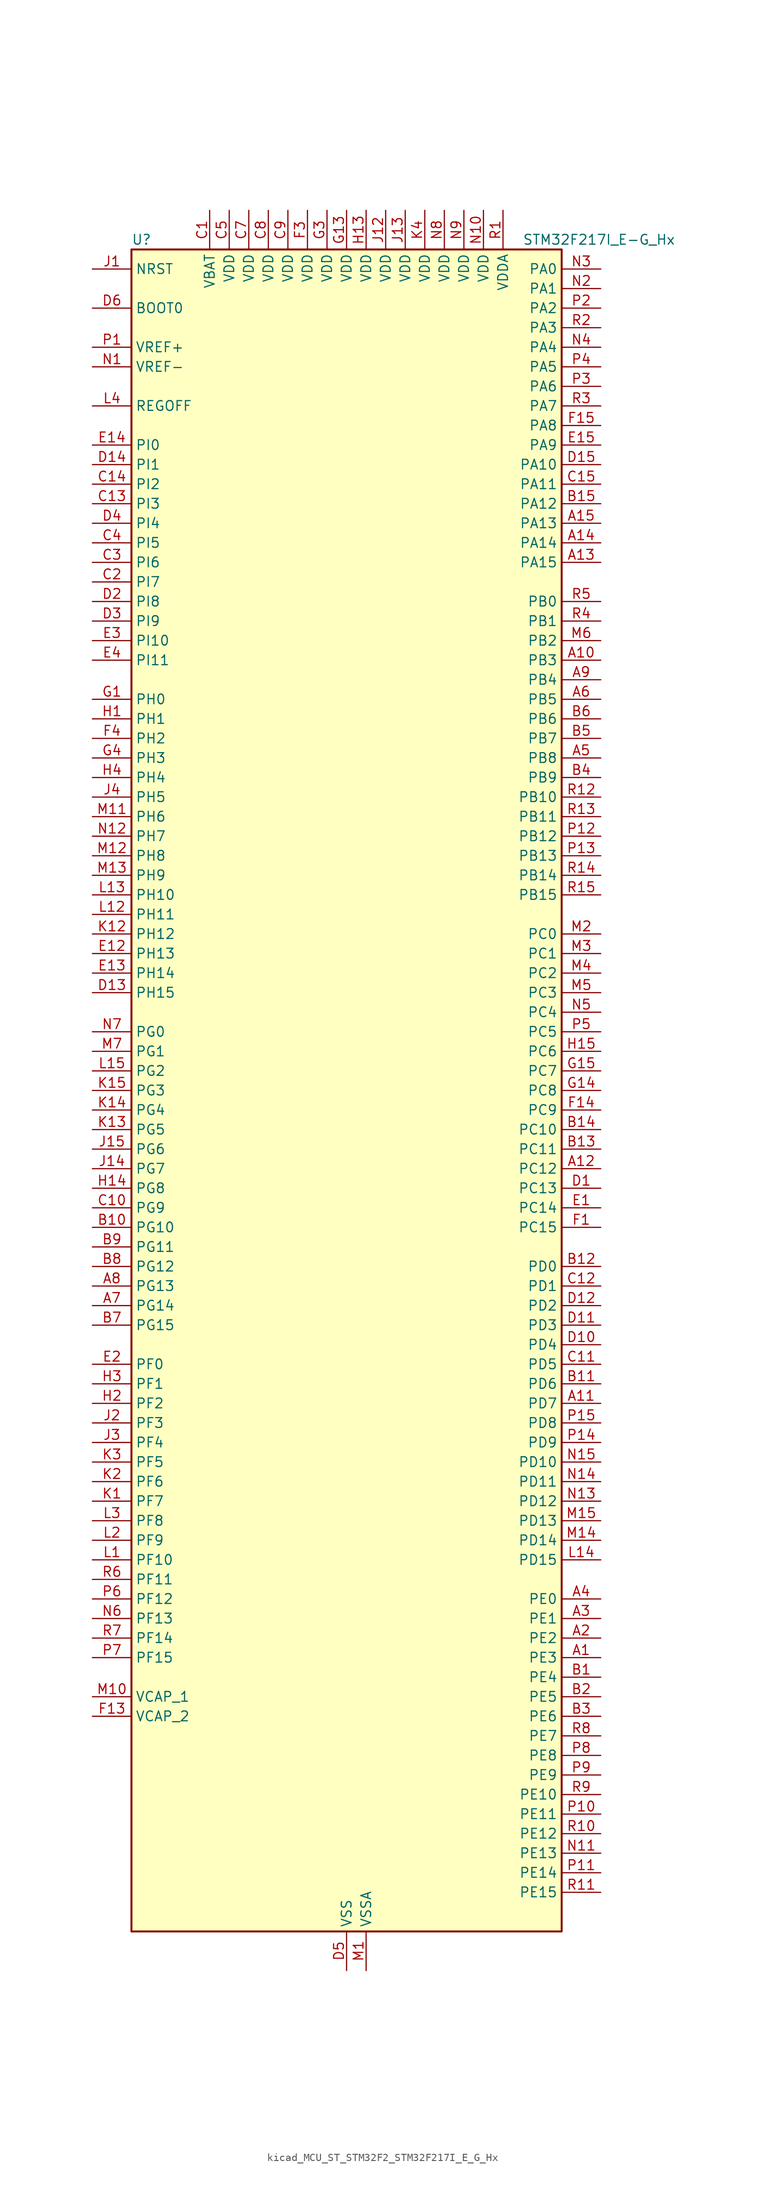
<source format=kicad_sym>
(kicad_symbol_lib
  (version 20220914)
  (generator kicad_symbol_editor)
  (symbol "kicad_MCU_ST_STM32F2_STM32F217I_E_G_Hx"
    (property "Reference" "U"
      (at -27.94 110.49 0)
      (effects (font (size 1.27 1.27)) (justify left)))
    (property "Value" "STM32F217I_E-G_Hx"
      (at 22.86 110.49 0)
      (effects (font (size 1.27 1.27)) (justify left)))
    (property "ki_locked" ""
      (at 0 0 0)
      (effects (font (size 1.27 1.27))))
    (symbol "kicad_MCU_ST_STM32F2_STM32F217I_E_G_Hx_0_1"
      (rectangle (start -27.94 -109.22) (end 27.94 109.22) (stroke (width 0.254) (type default)) (fill (type background))))
    (symbol "kicad_MCU_ST_STM32F2_STM32F217I_E_G_Hx_1_1"
      (pin bidirectional line (at 33.02 -73.66 180) (length 5.08) (name "PE3" (effects (font (size 1.27 1.27)))) (number "A1" (effects (font (size 1.27 1.27)))) (alternate "FSMC_A19" bidirectional line) (alternate "SYS_TRACED0" bidirectional line))
      (pin bidirectional line (at 33.02 55.88 180) (length 5.08) (name "PB3" (effects (font (size 1.27 1.27)))) (number "A10" (effects (font (size 1.27 1.27)))) (alternate "I2S3_SCK" bidirectional line) (alternate "SPI1_SCK" bidirectional line) (alternate "SPI3_SCK" bidirectional line) (alternate "SYS_JTDO-SWO" bidirectional line) (alternate "TIM2_CH2" bidirectional line))
      (pin bidirectional line (at 33.02 -40.64 180) (length 5.08) (name "PD7" (effects (font (size 1.27 1.27)))) (number "A11" (effects (font (size 1.27 1.27)))) (alternate "FSMC_NCE2" bidirectional line) (alternate "FSMC_NE1" bidirectional line) (alternate "USART2_CK" bidirectional line))
      (pin bidirectional line (at 33.02 -10.16 180) (length 5.08) (name "PC12" (effects (font (size 1.27 1.27)))) (number "A12" (effects (font (size 1.27 1.27)))) (alternate "DCMI_D9" bidirectional line) (alternate "I2S3_SD" bidirectional line) (alternate "SDIO_CK" bidirectional line) (alternate "SPI3_MOSI" bidirectional line) (alternate "UART5_TX" bidirectional line) (alternate "USART3_CK" bidirectional line))
      (pin bidirectional line (at 33.02 68.58 180) (length 5.08) (name "PA15" (effects (font (size 1.27 1.27)))) (number "A13" (effects (font (size 1.27 1.27)))) (alternate "ADC1_EXTI15" bidirectional line) (alternate "ADC2_EXTI15" bidirectional line) (alternate "ADC3_EXTI15" bidirectional line) (alternate "I2S3_WS" bidirectional line) (alternate "SPI1_NSS" bidirectional line) (alternate "SPI3_NSS" bidirectional line) (alternate "SYS_JTDI" bidirectional line) (alternate "TIM2_CH1" bidirectional line) (alternate "TIM2_ETR" bidirectional line))
      (pin bidirectional line (at 33.02 71.12 180) (length 5.08) (name "PA14" (effects (font (size 1.27 1.27)))) (number "A14" (effects (font (size 1.27 1.27)))) (alternate "SYS_JTCK-SWCLK" bidirectional line))
      (pin bidirectional line (at 33.02 73.66 180) (length 5.08) (name "PA13" (effects (font (size 1.27 1.27)))) (number "A15" (effects (font (size 1.27 1.27)))) (alternate "SYS_JTMS-SWDIO" bidirectional line))
      (pin bidirectional line (at 33.02 -71.12 180) (length 5.08) (name "PE2" (effects (font (size 1.27 1.27)))) (number "A2" (effects (font (size 1.27 1.27)))) (alternate "ETH_TXD3" bidirectional line) (alternate "FSMC_A23" bidirectional line) (alternate "SYS_TRACECLK" bidirectional line))
      (pin bidirectional line (at 33.02 -68.58 180) (length 5.08) (name "PE1" (effects (font (size 1.27 1.27)))) (number "A3" (effects (font (size 1.27 1.27)))) (alternate "DCMI_D3" bidirectional line) (alternate "FSMC_NBL1" bidirectional line))
      (pin bidirectional line (at 33.02 -66.04 180) (length 5.08) (name "PE0" (effects (font (size 1.27 1.27)))) (number "A4" (effects (font (size 1.27 1.27)))) (alternate "DCMI_D2" bidirectional line) (alternate "FSMC_NBL0" bidirectional line) (alternate "TIM4_ETR" bidirectional line))
      (pin bidirectional line (at 33.02 43.18 180) (length 5.08) (name "PB8" (effects (font (size 1.27 1.27)))) (number "A5" (effects (font (size 1.27 1.27)))) (alternate "CAN1_RX" bidirectional line) (alternate "DCMI_D6" bidirectional line) (alternate "ETH_TXD3" bidirectional line) (alternate "I2C1_SCL" bidirectional line) (alternate "SDIO_D4" bidirectional line) (alternate "TIM10_CH1" bidirectional line) (alternate "TIM4_CH3" bidirectional line))
      (pin bidirectional line (at 33.02 50.8 180) (length 5.08) (name "PB5" (effects (font (size 1.27 1.27)))) (number "A6" (effects (font (size 1.27 1.27)))) (alternate "CAN2_RX" bidirectional line) (alternate "DCMI_D10" bidirectional line) (alternate "ETH_PPS_OUT" bidirectional line) (alternate "I2C1_SMBA" bidirectional line) (alternate "I2S3_SD" bidirectional line) (alternate "SPI1_MOSI" bidirectional line) (alternate "SPI3_MOSI" bidirectional line) (alternate "TIM3_CH2" bidirectional line) (alternate "USB_OTG_HS_ULPI_D7" bidirectional line))
      (pin bidirectional line (at -33.02 -27.94 0) (length 5.08) (name "PG14" (effects (font (size 1.27 1.27)))) (number "A7" (effects (font (size 1.27 1.27)))) (alternate "ETH_TXD1" bidirectional line) (alternate "FSMC_A25" bidirectional line) (alternate "USART6_TX" bidirectional line))
      (pin bidirectional line (at -33.02 -25.4 0) (length 5.08) (name "PG13" (effects (font (size 1.27 1.27)))) (number "A8" (effects (font (size 1.27 1.27)))) (alternate "ETH_TXD0" bidirectional line) (alternate "FSMC_A24" bidirectional line) (alternate "USART6_CTS" bidirectional line))
      (pin bidirectional line (at 33.02 53.34 180) (length 5.08) (name "PB4" (effects (font (size 1.27 1.27)))) (number "A9" (effects (font (size 1.27 1.27)))) (alternate "SPI1_MISO" bidirectional line) (alternate "SPI3_MISO" bidirectional line) (alternate "SYS_JTRST" bidirectional line) (alternate "TIM3_CH1" bidirectional line))
      (pin bidirectional line (at 33.02 -76.2 180) (length 5.08) (name "PE4" (effects (font (size 1.27 1.27)))) (number "B1" (effects (font (size 1.27 1.27)))) (alternate "DCMI_D4" bidirectional line) (alternate "FSMC_A20" bidirectional line) (alternate "SYS_TRACED1" bidirectional line))
      (pin bidirectional line (at -33.02 -17.78 0) (length 5.08) (name "PG10" (effects (font (size 1.27 1.27)))) (number "B10" (effects (font (size 1.27 1.27)))) (alternate "FSMC_NCE4_1" bidirectional line) (alternate "FSMC_NE3" bidirectional line))
      (pin bidirectional line (at 33.02 -38.1 180) (length 5.08) (name "PD6" (effects (font (size 1.27 1.27)))) (number "B11" (effects (font (size 1.27 1.27)))) (alternate "FSMC_NWAIT" bidirectional line) (alternate "USART2_RX" bidirectional line))
      (pin bidirectional line (at 33.02 -22.86 180) (length 5.08) (name "PD0" (effects (font (size 1.27 1.27)))) (number "B12" (effects (font (size 1.27 1.27)))) (alternate "CAN1_RX" bidirectional line) (alternate "FSMC_D2" bidirectional line) (alternate "FSMC_DA2" bidirectional line))
      (pin bidirectional line (at 33.02 -7.62 180) (length 5.08) (name "PC11" (effects (font (size 1.27 1.27)))) (number "B13" (effects (font (size 1.27 1.27)))) (alternate "ADC1_EXTI11" bidirectional line) (alternate "ADC2_EXTI11" bidirectional line) (alternate "ADC3_EXTI11" bidirectional line) (alternate "DCMI_D4" bidirectional line) (alternate "SDIO_D3" bidirectional line) (alternate "SPI3_MISO" bidirectional line) (alternate "UART4_RX" bidirectional line) (alternate "USART3_RX" bidirectional line))
      (pin bidirectional line (at 33.02 -5.08 180) (length 5.08) (name "PC10" (effects (font (size 1.27 1.27)))) (number "B14" (effects (font (size 1.27 1.27)))) (alternate "DCMI_D8" bidirectional line) (alternate "I2S3_SCK" bidirectional line) (alternate "SDIO_D2" bidirectional line) (alternate "SPI3_SCK" bidirectional line) (alternate "UART4_TX" bidirectional line) (alternate "USART3_TX" bidirectional line))
      (pin bidirectional line (at 33.02 76.2 180) (length 5.08) (name "PA12" (effects (font (size 1.27 1.27)))) (number "B15" (effects (font (size 1.27 1.27)))) (alternate "CAN1_TX" bidirectional line) (alternate "TIM1_ETR" bidirectional line) (alternate "USART1_RTS" bidirectional line) (alternate "USB_OTG_FS_DP" bidirectional line))
      (pin bidirectional line (at 33.02 -78.74 180) (length 5.08) (name "PE5" (effects (font (size 1.27 1.27)))) (number "B2" (effects (font (size 1.27 1.27)))) (alternate "DCMI_D6" bidirectional line) (alternate "FSMC_A21" bidirectional line) (alternate "SYS_TRACED2" bidirectional line) (alternate "TIM9_CH1" bidirectional line))
      (pin bidirectional line (at 33.02 -81.28 180) (length 5.08) (name "PE6" (effects (font (size 1.27 1.27)))) (number "B3" (effects (font (size 1.27 1.27)))) (alternate "DCMI_D7" bidirectional line) (alternate "FSMC_A22" bidirectional line) (alternate "SYS_TRACED3" bidirectional line) (alternate "TIM9_CH2" bidirectional line))
      (pin bidirectional line (at 33.02 40.64 180) (length 5.08) (name "PB9" (effects (font (size 1.27 1.27)))) (number "B4" (effects (font (size 1.27 1.27)))) (alternate "CAN1_TX" bidirectional line) (alternate "DAC_EXTI9" bidirectional line) (alternate "DCMI_D7" bidirectional line) (alternate "I2C1_SDA" bidirectional line) (alternate "I2S2_WS" bidirectional line) (alternate "SDIO_D5" bidirectional line) (alternate "SPI2_NSS" bidirectional line) (alternate "TIM11_CH1" bidirectional line) (alternate "TIM4_CH4" bidirectional line))
      (pin bidirectional line (at 33.02 45.72 180) (length 5.08) (name "PB7" (effects (font (size 1.27 1.27)))) (number "B5" (effects (font (size 1.27 1.27)))) (alternate "DCMI_VSYNC" bidirectional line) (alternate "FSMC_NL" bidirectional line) (alternate "I2C1_SDA" bidirectional line) (alternate "TIM4_CH2" bidirectional line) (alternate "USART1_RX" bidirectional line))
      (pin bidirectional line (at 33.02 48.26 180) (length 5.08) (name "PB6" (effects (font (size 1.27 1.27)))) (number "B6" (effects (font (size 1.27 1.27)))) (alternate "CAN2_TX" bidirectional line) (alternate "DCMI_D5" bidirectional line) (alternate "I2C1_SCL" bidirectional line) (alternate "TIM4_CH1" bidirectional line) (alternate "USART1_TX" bidirectional line))
      (pin bidirectional line (at -33.02 -30.48 0) (length 5.08) (name "PG15" (effects (font (size 1.27 1.27)))) (number "B7" (effects (font (size 1.27 1.27)))) (alternate "ADC1_EXTI15" bidirectional line) (alternate "ADC2_EXTI15" bidirectional line) (alternate "ADC3_EXTI15" bidirectional line) (alternate "DCMI_D13" bidirectional line) (alternate "USART6_CTS" bidirectional line))
      (pin bidirectional line (at -33.02 -22.86 0) (length 5.08) (name "PG12" (effects (font (size 1.27 1.27)))) (number "B8" (effects (font (size 1.27 1.27)))) (alternate "FSMC_NE4" bidirectional line) (alternate "USART6_RTS" bidirectional line))
      (pin bidirectional line (at -33.02 -20.32 0) (length 5.08) (name "PG11" (effects (font (size 1.27 1.27)))) (number "B9" (effects (font (size 1.27 1.27)))) (alternate "ADC1_EXTI11" bidirectional line) (alternate "ADC2_EXTI11" bidirectional line) (alternate "ADC3_EXTI11" bidirectional line) (alternate "ETH_TX_EN" bidirectional line) (alternate "FSMC_NCE4_2" bidirectional line))
      (pin power_in line (at -17.78 114.3 270) (length 5.08) (name "VBAT" (effects (font (size 1.27 1.27)))) (number "C1" (effects (font (size 1.27 1.27)))))
      (pin bidirectional line (at -33.02 -15.24 0) (length 5.08) (name "PG9" (effects (font (size 1.27 1.27)))) (number "C10" (effects (font (size 1.27 1.27)))) (alternate "DAC_EXTI9" bidirectional line) (alternate "FSMC_NCE3" bidirectional line) (alternate "FSMC_NE2" bidirectional line) (alternate "USART6_RX" bidirectional line))
      (pin bidirectional line (at 33.02 -35.56 180) (length 5.08) (name "PD5" (effects (font (size 1.27 1.27)))) (number "C11" (effects (font (size 1.27 1.27)))) (alternate "FSMC_NWE" bidirectional line) (alternate "USART2_TX" bidirectional line))
      (pin bidirectional line (at 33.02 -25.4 180) (length 5.08) (name "PD1" (effects (font (size 1.27 1.27)))) (number "C12" (effects (font (size 1.27 1.27)))) (alternate "CAN1_TX" bidirectional line) (alternate "FSMC_D3" bidirectional line) (alternate "FSMC_DA3" bidirectional line))
      (pin bidirectional line (at -33.02 76.2 0) (length 5.08) (name "PI3" (effects (font (size 1.27 1.27)))) (number "C13" (effects (font (size 1.27 1.27)))) (alternate "DCMI_D10" bidirectional line) (alternate "I2S2_SD" bidirectional line) (alternate "SPI2_MOSI" bidirectional line) (alternate "TIM8_ETR" bidirectional line))
      (pin bidirectional line (at -33.02 78.74 0) (length 5.08) (name "PI2" (effects (font (size 1.27 1.27)))) (number "C14" (effects (font (size 1.27 1.27)))) (alternate "DCMI_D9" bidirectional line) (alternate "SPI2_MISO" bidirectional line) (alternate "TIM8_CH4" bidirectional line))
      (pin bidirectional line (at 33.02 78.74 180) (length 5.08) (name "PA11" (effects (font (size 1.27 1.27)))) (number "C15" (effects (font (size 1.27 1.27)))) (alternate "ADC1_EXTI11" bidirectional line) (alternate "ADC2_EXTI11" bidirectional line) (alternate "ADC3_EXTI11" bidirectional line) (alternate "CAN1_RX" bidirectional line) (alternate "TIM1_CH4" bidirectional line) (alternate "USART1_CTS" bidirectional line) (alternate "USB_OTG_FS_DM" bidirectional line))
      (pin bidirectional line (at -33.02 66.04 0) (length 5.08) (name "PI7" (effects (font (size 1.27 1.27)))) (number "C2" (effects (font (size 1.27 1.27)))) (alternate "DCMI_D7" bidirectional line) (alternate "TIM8_CH3" bidirectional line))
      (pin bidirectional line (at -33.02 68.58 0) (length 5.08) (name "PI6" (effects (font (size 1.27 1.27)))) (number "C3" (effects (font (size 1.27 1.27)))) (alternate "DCMI_D6" bidirectional line) (alternate "TIM8_CH2" bidirectional line))
      (pin bidirectional line (at -33.02 71.12 0) (length 5.08) (name "PI5" (effects (font (size 1.27 1.27)))) (number "C4" (effects (font (size 1.27 1.27)))) (alternate "DCMI_VSYNC" bidirectional line) (alternate "TIM8_CH1" bidirectional line))
      (pin power_in line (at -15.24 114.3 270) (length 5.08) (name "VDD" (effects (font (size 1.27 1.27)))) (number "C5" (effects (font (size 1.27 1.27)))))
      (pin no_connect line (at -27.94 -109.22 0) (length 5.08) hide (name "RFU" (effects (font (size 1.27 1.27)))) (number "C6" (effects (font (size 1.27 1.27)))))
      (pin power_in line (at -12.7 114.3 270) (length 5.08) (name "VDD" (effects (font (size 1.27 1.27)))) (number "C7" (effects (font (size 1.27 1.27)))))
      (pin power_in line (at -10.16 114.3 270) (length 5.08) (name "VDD" (effects (font (size 1.27 1.27)))) (number "C8" (effects (font (size 1.27 1.27)))))
      (pin power_in line (at -7.62 114.3 270) (length 5.08) (name "VDD" (effects (font (size 1.27 1.27)))) (number "C9" (effects (font (size 1.27 1.27)))))
      (pin bidirectional line (at 33.02 -12.7 180) (length 5.08) (name "PC13" (effects (font (size 1.27 1.27)))) (number "D1" (effects (font (size 1.27 1.27)))) (alternate "RTC_AF1" bidirectional line))
      (pin bidirectional line (at 33.02 -33.02 180) (length 5.08) (name "PD4" (effects (font (size 1.27 1.27)))) (number "D10" (effects (font (size 1.27 1.27)))) (alternate "FSMC_NOE" bidirectional line) (alternate "USART2_RTS" bidirectional line))
      (pin bidirectional line (at 33.02 -30.48 180) (length 5.08) (name "PD3" (effects (font (size 1.27 1.27)))) (number "D11" (effects (font (size 1.27 1.27)))) (alternate "FSMC_CLK" bidirectional line) (alternate "USART2_CTS" bidirectional line))
      (pin bidirectional line (at 33.02 -27.94 180) (length 5.08) (name "PD2" (effects (font (size 1.27 1.27)))) (number "D12" (effects (font (size 1.27 1.27)))) (alternate "DCMI_D11" bidirectional line) (alternate "SDIO_CMD" bidirectional line) (alternate "TIM3_ETR" bidirectional line) (alternate "UART5_RX" bidirectional line))
      (pin bidirectional line (at -33.02 12.7 0) (length 5.08) (name "PH15" (effects (font (size 1.27 1.27)))) (number "D13" (effects (font (size 1.27 1.27)))) (alternate "ADC1_EXTI15" bidirectional line) (alternate "ADC2_EXTI15" bidirectional line) (alternate "ADC3_EXTI15" bidirectional line) (alternate "DCMI_D11" bidirectional line) (alternate "TIM8_CH3N" bidirectional line))
      (pin bidirectional line (at -33.02 81.28 0) (length 5.08) (name "PI1" (effects (font (size 1.27 1.27)))) (number "D14" (effects (font (size 1.27 1.27)))) (alternate "DCMI_D8" bidirectional line) (alternate "I2S2_SCK" bidirectional line) (alternate "SPI2_SCK" bidirectional line))
      (pin bidirectional line (at 33.02 81.28 180) (length 5.08) (name "PA10" (effects (font (size 1.27 1.27)))) (number "D15" (effects (font (size 1.27 1.27)))) (alternate "DCMI_D1" bidirectional line) (alternate "TIM1_CH3" bidirectional line) (alternate "USART1_RX" bidirectional line) (alternate "USB_OTG_FS_ID" bidirectional line))
      (pin bidirectional line (at -33.02 63.5 0) (length 5.08) (name "PI8" (effects (font (size 1.27 1.27)))) (number "D2" (effects (font (size 1.27 1.27)))) (alternate "RTC_AF2" bidirectional line))
      (pin bidirectional line (at -33.02 60.96 0) (length 5.08) (name "PI9" (effects (font (size 1.27 1.27)))) (number "D3" (effects (font (size 1.27 1.27)))) (alternate "CAN1_RX" bidirectional line) (alternate "DAC_EXTI9" bidirectional line))
      (pin bidirectional line (at -33.02 73.66 0) (length 5.08) (name "PI4" (effects (font (size 1.27 1.27)))) (number "D4" (effects (font (size 1.27 1.27)))) (alternate "DCMI_D5" bidirectional line) (alternate "TIM8_BKIN" bidirectional line))
      (pin power_in line (at 0 -114.3 90) (length 5.08) (name "VSS" (effects (font (size 1.27 1.27)))) (number "D5" (effects (font (size 1.27 1.27)))))
      (pin input line (at -33.02 101.6 0) (length 5.08) (name "BOOT0" (effects (font (size 1.27 1.27)))) (number "D6" (effects (font (size 1.27 1.27)))))
      (pin passive line (at 0 -114.3 90) (length 5.08) hide (name "VSS" (effects (font (size 1.27 1.27)))) (number "D7" (effects (font (size 1.27 1.27)))))
      (pin passive line (at 0 -114.3 90) (length 5.08) hide (name "VSS" (effects (font (size 1.27 1.27)))) (number "D8" (effects (font (size 1.27 1.27)))))
      (pin passive line (at 0 -114.3 90) (length 5.08) hide (name "VSS" (effects (font (size 1.27 1.27)))) (number "D9" (effects (font (size 1.27 1.27)))))
      (pin bidirectional line (at 33.02 -15.24 180) (length 5.08) (name "PC14" (effects (font (size 1.27 1.27)))) (number "E1" (effects (font (size 1.27 1.27)))) (alternate "RCC_OSC32_IN" bidirectional line))
      (pin bidirectional line (at -33.02 17.78 0) (length 5.08) (name "PH13" (effects (font (size 1.27 1.27)))) (number "E12" (effects (font (size 1.27 1.27)))) (alternate "CAN1_TX" bidirectional line) (alternate "TIM8_CH1N" bidirectional line))
      (pin bidirectional line (at -33.02 15.24 0) (length 5.08) (name "PH14" (effects (font (size 1.27 1.27)))) (number "E13" (effects (font (size 1.27 1.27)))) (alternate "DCMI_D4" bidirectional line) (alternate "TIM8_CH2N" bidirectional line))
      (pin bidirectional line (at -33.02 83.82 0) (length 5.08) (name "PI0" (effects (font (size 1.27 1.27)))) (number "E14" (effects (font (size 1.27 1.27)))) (alternate "DCMI_D13" bidirectional line) (alternate "I2S2_WS" bidirectional line) (alternate "SPI2_NSS" bidirectional line) (alternate "TIM5_CH4" bidirectional line))
      (pin bidirectional line (at 33.02 83.82 180) (length 5.08) (name "PA9" (effects (font (size 1.27 1.27)))) (number "E15" (effects (font (size 1.27 1.27)))) (alternate "DAC_EXTI9" bidirectional line) (alternate "DCMI_D0" bidirectional line) (alternate "I2C3_SMBA" bidirectional line) (alternate "TIM1_CH2" bidirectional line) (alternate "USART1_TX" bidirectional line) (alternate "USB_OTG_FS_VBUS" bidirectional line))
      (pin bidirectional line (at -33.02 -35.56 0) (length 5.08) (name "PF0" (effects (font (size 1.27 1.27)))) (number "E2" (effects (font (size 1.27 1.27)))) (alternate "FSMC_A0" bidirectional line) (alternate "I2C2_SDA" bidirectional line))
      (pin bidirectional line (at -33.02 58.42 0) (length 5.08) (name "PI10" (effects (font (size 1.27 1.27)))) (number "E3" (effects (font (size 1.27 1.27)))) (alternate "ETH_RX_ER" bidirectional line))
      (pin bidirectional line (at -33.02 55.88 0) (length 5.08) (name "PI11" (effects (font (size 1.27 1.27)))) (number "E4" (effects (font (size 1.27 1.27)))) (alternate "ADC1_EXTI11" bidirectional line) (alternate "ADC2_EXTI11" bidirectional line) (alternate "ADC3_EXTI11" bidirectional line) (alternate "USB_OTG_HS_ULPI_DIR" bidirectional line))
      (pin bidirectional line (at 33.02 -17.78 180) (length 5.08) (name "PC15" (effects (font (size 1.27 1.27)))) (number "F1" (effects (font (size 1.27 1.27)))) (alternate "ADC1_EXTI15" bidirectional line) (alternate "ADC2_EXTI15" bidirectional line) (alternate "ADC3_EXTI15" bidirectional line) (alternate "RCC_OSC32_OUT" bidirectional line))
      (pin passive line (at 0 -114.3 90) (length 5.08) hide (name "VSS" (effects (font (size 1.27 1.27)))) (number "F10" (effects (font (size 1.27 1.27)))))
      (pin passive line (at 0 -114.3 90) (length 5.08) hide (name "VSS" (effects (font (size 1.27 1.27)))) (number "F12" (effects (font (size 1.27 1.27)))))
      (pin power_out line (at -33.02 -81.28 0) (length 5.08) (name "VCAP_2" (effects (font (size 1.27 1.27)))) (number "F13" (effects (font (size 1.27 1.27)))))
      (pin bidirectional line (at 33.02 -2.54 180) (length 5.08) (name "PC9" (effects (font (size 1.27 1.27)))) (number "F14" (effects (font (size 1.27 1.27)))) (alternate "DAC_EXTI9" bidirectional line) (alternate "DCMI_D3" bidirectional line) (alternate "I2C3_SDA" bidirectional line) (alternate "I2S_CKIN" bidirectional line) (alternate "RCC_MCO_2" bidirectional line) (alternate "SDIO_D1" bidirectional line) (alternate "TIM3_CH4" bidirectional line) (alternate "TIM8_CH4" bidirectional line))
      (pin bidirectional line (at 33.02 86.36 180) (length 5.08) (name "PA8" (effects (font (size 1.27 1.27)))) (number "F15" (effects (font (size 1.27 1.27)))) (alternate "I2C3_SCL" bidirectional line) (alternate "RCC_MCO_1" bidirectional line) (alternate "TIM1_CH1" bidirectional line) (alternate "USART1_CK" bidirectional line) (alternate "USB_OTG_FS_SOF" bidirectional line))
      (pin passive line (at 0 -114.3 90) (length 5.08) hide (name "VSS" (effects (font (size 1.27 1.27)))) (number "F2" (effects (font (size 1.27 1.27)))))
      (pin power_in line (at -5.08 114.3 270) (length 5.08) (name "VDD" (effects (font (size 1.27 1.27)))) (number "F3" (effects (font (size 1.27 1.27)))))
      (pin bidirectional line (at -33.02 45.72 0) (length 5.08) (name "PH2" (effects (font (size 1.27 1.27)))) (number "F4" (effects (font (size 1.27 1.27)))) (alternate "ETH_CRS" bidirectional line))
      (pin passive line (at 0 -114.3 90) (length 5.08) hide (name "VSS" (effects (font (size 1.27 1.27)))) (number "F6" (effects (font (size 1.27 1.27)))))
      (pin passive line (at 0 -114.3 90) (length 5.08) hide (name "VSS" (effects (font (size 1.27 1.27)))) (number "F7" (effects (font (size 1.27 1.27)))))
      (pin passive line (at 0 -114.3 90) (length 5.08) hide (name "VSS" (effects (font (size 1.27 1.27)))) (number "F8" (effects (font (size 1.27 1.27)))))
      (pin passive line (at 0 -114.3 90) (length 5.08) hide (name "VSS" (effects (font (size 1.27 1.27)))) (number "F9" (effects (font (size 1.27 1.27)))))
      (pin bidirectional line (at -33.02 50.8 0) (length 5.08) (name "PH0" (effects (font (size 1.27 1.27)))) (number "G1" (effects (font (size 1.27 1.27)))) (alternate "RCC_OSC_IN" bidirectional line))
      (pin passive line (at 0 -114.3 90) (length 5.08) hide (name "VSS" (effects (font (size 1.27 1.27)))) (number "G10" (effects (font (size 1.27 1.27)))))
      (pin passive line (at 0 -114.3 90) (length 5.08) hide (name "VSS" (effects (font (size 1.27 1.27)))) (number "G12" (effects (font (size 1.27 1.27)))))
      (pin power_in line (at 0 114.3 270) (length 5.08) (name "VDD" (effects (font (size 1.27 1.27)))) (number "G13" (effects (font (size 1.27 1.27)))))
      (pin bidirectional line (at 33.02 0 180) (length 5.08) (name "PC8" (effects (font (size 1.27 1.27)))) (number "G14" (effects (font (size 1.27 1.27)))) (alternate "DCMI_D2" bidirectional line) (alternate "SDIO_D0" bidirectional line) (alternate "TIM3_CH3" bidirectional line) (alternate "TIM8_CH3" bidirectional line) (alternate "USART6_CK" bidirectional line))
      (pin bidirectional line (at 33.02 2.54 180) (length 5.08) (name "PC7" (effects (font (size 1.27 1.27)))) (number "G15" (effects (font (size 1.27 1.27)))) (alternate "DCMI_D1" bidirectional line) (alternate "I2S3_MCK" bidirectional line) (alternate "SDIO_D7" bidirectional line) (alternate "TIM3_CH2" bidirectional line) (alternate "TIM8_CH2" bidirectional line) (alternate "USART6_RX" bidirectional line))
      (pin passive line (at 0 -114.3 90) (length 5.08) hide (name "VSS" (effects (font (size 1.27 1.27)))) (number "G2" (effects (font (size 1.27 1.27)))))
      (pin power_in line (at -2.54 114.3 270) (length 5.08) (name "VDD" (effects (font (size 1.27 1.27)))) (number "G3" (effects (font (size 1.27 1.27)))))
      (pin bidirectional line (at -33.02 43.18 0) (length 5.08) (name "PH3" (effects (font (size 1.27 1.27)))) (number "G4" (effects (font (size 1.27 1.27)))) (alternate "ETH_COL" bidirectional line))
      (pin passive line (at 0 -114.3 90) (length 5.08) hide (name "VSS" (effects (font (size 1.27 1.27)))) (number "G6" (effects (font (size 1.27 1.27)))))
      (pin passive line (at 0 -114.3 90) (length 5.08) hide (name "VSS" (effects (font (size 1.27 1.27)))) (number "G7" (effects (font (size 1.27 1.27)))))
      (pin passive line (at 0 -114.3 90) (length 5.08) hide (name "VSS" (effects (font (size 1.27 1.27)))) (number "G8" (effects (font (size 1.27 1.27)))))
      (pin passive line (at 0 -114.3 90) (length 5.08) hide (name "VSS" (effects (font (size 1.27 1.27)))) (number "G9" (effects (font (size 1.27 1.27)))))
      (pin bidirectional line (at -33.02 48.26 0) (length 5.08) (name "PH1" (effects (font (size 1.27 1.27)))) (number "H1" (effects (font (size 1.27 1.27)))) (alternate "RCC_OSC_OUT" bidirectional line))
      (pin passive line (at 0 -114.3 90) (length 5.08) hide (name "VSS" (effects (font (size 1.27 1.27)))) (number "H10" (effects (font (size 1.27 1.27)))))
      (pin passive line (at 0 -114.3 90) (length 5.08) hide (name "VSS" (effects (font (size 1.27 1.27)))) (number "H12" (effects (font (size 1.27 1.27)))))
      (pin power_in line (at 2.54 114.3 270) (length 5.08) (name "VDD" (effects (font (size 1.27 1.27)))) (number "H13" (effects (font (size 1.27 1.27)))))
      (pin bidirectional line (at -33.02 -12.7 0) (length 5.08) (name "PG8" (effects (font (size 1.27 1.27)))) (number "H14" (effects (font (size 1.27 1.27)))) (alternate "ETH_PPS_OUT" bidirectional line) (alternate "USART6_RTS" bidirectional line))
      (pin bidirectional line (at 33.02 5.08 180) (length 5.08) (name "PC6" (effects (font (size 1.27 1.27)))) (number "H15" (effects (font (size 1.27 1.27)))) (alternate "DCMI_D0" bidirectional line) (alternate "I2S2_MCK" bidirectional line) (alternate "SDIO_D6" bidirectional line) (alternate "TIM3_CH1" bidirectional line) (alternate "TIM8_CH1" bidirectional line) (alternate "USART6_TX" bidirectional line))
      (pin bidirectional line (at -33.02 -40.64 0) (length 5.08) (name "PF2" (effects (font (size 1.27 1.27)))) (number "H2" (effects (font (size 1.27 1.27)))) (alternate "FSMC_A2" bidirectional line) (alternate "I2C2_SMBA" bidirectional line))
      (pin bidirectional line (at -33.02 -38.1 0) (length 5.08) (name "PF1" (effects (font (size 1.27 1.27)))) (number "H3" (effects (font (size 1.27 1.27)))) (alternate "FSMC_A1" bidirectional line) (alternate "I2C2_SCL" bidirectional line))
      (pin bidirectional line (at -33.02 40.64 0) (length 5.08) (name "PH4" (effects (font (size 1.27 1.27)))) (number "H4" (effects (font (size 1.27 1.27)))) (alternate "I2C2_SCL" bidirectional line) (alternate "USB_OTG_HS_ULPI_NXT" bidirectional line))
      (pin passive line (at 0 -114.3 90) (length 5.08) hide (name "VSS" (effects (font (size 1.27 1.27)))) (number "H6" (effects (font (size 1.27 1.27)))))
      (pin passive line (at 0 -114.3 90) (length 5.08) hide (name "VSS" (effects (font (size 1.27 1.27)))) (number "H7" (effects (font (size 1.27 1.27)))))
      (pin passive line (at 0 -114.3 90) (length 5.08) hide (name "VSS" (effects (font (size 1.27 1.27)))) (number "H8" (effects (font (size 1.27 1.27)))))
      (pin passive line (at 0 -114.3 90) (length 5.08) hide (name "VSS" (effects (font (size 1.27 1.27)))) (number "H9" (effects (font (size 1.27 1.27)))))
      (pin input line (at -33.02 106.68 0) (length 5.08) (name "NRST" (effects (font (size 1.27 1.27)))) (number "J1" (effects (font (size 1.27 1.27)))))
      (pin passive line (at 0 -114.3 90) (length 5.08) hide (name "VSS" (effects (font (size 1.27 1.27)))) (number "J10" (effects (font (size 1.27 1.27)))))
      (pin power_in line (at 5.08 114.3 270) (length 5.08) (name "VDD" (effects (font (size 1.27 1.27)))) (number "J12" (effects (font (size 1.27 1.27)))))
      (pin power_in line (at 7.62 114.3 270) (length 5.08) (name "VDD" (effects (font (size 1.27 1.27)))) (number "J13" (effects (font (size 1.27 1.27)))))
      (pin bidirectional line (at -33.02 -10.16 0) (length 5.08) (name "PG7" (effects (font (size 1.27 1.27)))) (number "J14" (effects (font (size 1.27 1.27)))) (alternate "FSMC_INT3" bidirectional line) (alternate "USART6_CK" bidirectional line))
      (pin bidirectional line (at -33.02 -7.62 0) (length 5.08) (name "PG6" (effects (font (size 1.27 1.27)))) (number "J15" (effects (font (size 1.27 1.27)))) (alternate "FSMC_INT2" bidirectional line))
      (pin bidirectional line (at -33.02 -43.18 0) (length 5.08) (name "PF3" (effects (font (size 1.27 1.27)))) (number "J2" (effects (font (size 1.27 1.27)))) (alternate "ADC3_IN9" bidirectional line) (alternate "FSMC_A3" bidirectional line))
      (pin bidirectional line (at -33.02 -45.72 0) (length 5.08) (name "PF4" (effects (font (size 1.27 1.27)))) (number "J3" (effects (font (size 1.27 1.27)))) (alternate "ADC3_IN14" bidirectional line) (alternate "FSMC_A4" bidirectional line))
      (pin bidirectional line (at -33.02 38.1 0) (length 5.08) (name "PH5" (effects (font (size 1.27 1.27)))) (number "J4" (effects (font (size 1.27 1.27)))) (alternate "I2C2_SDA" bidirectional line))
      (pin passive line (at 0 -114.3 90) (length 5.08) hide (name "VSS" (effects (font (size 1.27 1.27)))) (number "J6" (effects (font (size 1.27 1.27)))))
      (pin passive line (at 0 -114.3 90) (length 5.08) hide (name "VSS" (effects (font (size 1.27 1.27)))) (number "J7" (effects (font (size 1.27 1.27)))))
      (pin passive line (at 0 -114.3 90) (length 5.08) hide (name "VSS" (effects (font (size 1.27 1.27)))) (number "J8" (effects (font (size 1.27 1.27)))))
      (pin passive line (at 0 -114.3 90) (length 5.08) hide (name "VSS" (effects (font (size 1.27 1.27)))) (number "J9" (effects (font (size 1.27 1.27)))))
      (pin bidirectional line (at -33.02 -53.34 0) (length 5.08) (name "PF7" (effects (font (size 1.27 1.27)))) (number "K1" (effects (font (size 1.27 1.27)))) (alternate "ADC3_IN5" bidirectional line) (alternate "FSMC_NREG" bidirectional line) (alternate "TIM11_CH1" bidirectional line))
      (pin passive line (at 0 -114.3 90) (length 5.08) hide (name "VSS" (effects (font (size 1.27 1.27)))) (number "K10" (effects (font (size 1.27 1.27)))))
      (pin bidirectional line (at -33.02 20.32 0) (length 5.08) (name "PH12" (effects (font (size 1.27 1.27)))) (number "K12" (effects (font (size 1.27 1.27)))) (alternate "DCMI_D3" bidirectional line) (alternate "TIM5_CH3" bidirectional line))
      (pin bidirectional line (at -33.02 -5.08 0) (length 5.08) (name "PG5" (effects (font (size 1.27 1.27)))) (number "K13" (effects (font (size 1.27 1.27)))) (alternate "FSMC_A15" bidirectional line))
      (pin bidirectional line (at -33.02 -2.54 0) (length 5.08) (name "PG4" (effects (font (size 1.27 1.27)))) (number "K14" (effects (font (size 1.27 1.27)))) (alternate "FSMC_A14" bidirectional line))
      (pin bidirectional line (at -33.02 0 0) (length 5.08) (name "PG3" (effects (font (size 1.27 1.27)))) (number "K15" (effects (font (size 1.27 1.27)))) (alternate "FSMC_A13" bidirectional line))
      (pin bidirectional line (at -33.02 -50.8 0) (length 5.08) (name "PF6" (effects (font (size 1.27 1.27)))) (number "K2" (effects (font (size 1.27 1.27)))) (alternate "ADC3_IN4" bidirectional line) (alternate "FSMC_NIORD" bidirectional line) (alternate "TIM10_CH1" bidirectional line))
      (pin bidirectional line (at -33.02 -48.26 0) (length 5.08) (name "PF5" (effects (font (size 1.27 1.27)))) (number "K3" (effects (font (size 1.27 1.27)))) (alternate "ADC3_IN15" bidirectional line) (alternate "FSMC_A5" bidirectional line))
      (pin power_in line (at 10.16 114.3 270) (length 5.08) (name "VDD" (effects (font (size 1.27 1.27)))) (number "K4" (effects (font (size 1.27 1.27)))))
      (pin passive line (at 0 -114.3 90) (length 5.08) hide (name "VSS" (effects (font (size 1.27 1.27)))) (number "K6" (effects (font (size 1.27 1.27)))))
      (pin passive line (at 0 -114.3 90) (length 5.08) hide (name "VSS" (effects (font (size 1.27 1.27)))) (number "K7" (effects (font (size 1.27 1.27)))))
      (pin passive line (at 0 -114.3 90) (length 5.08) hide (name "VSS" (effects (font (size 1.27 1.27)))) (number "K8" (effects (font (size 1.27 1.27)))))
      (pin passive line (at 0 -114.3 90) (length 5.08) hide (name "VSS" (effects (font (size 1.27 1.27)))) (number "K9" (effects (font (size 1.27 1.27)))))
      (pin bidirectional line (at -33.02 -60.96 0) (length 5.08) (name "PF10" (effects (font (size 1.27 1.27)))) (number "L1" (effects (font (size 1.27 1.27)))) (alternate "ADC3_IN8" bidirectional line) (alternate "FSMC_INTR" bidirectional line))
      (pin bidirectional line (at -33.02 22.86 0) (length 5.08) (name "PH11" (effects (font (size 1.27 1.27)))) (number "L12" (effects (font (size 1.27 1.27)))) (alternate "ADC1_EXTI11" bidirectional line) (alternate "ADC2_EXTI11" bidirectional line) (alternate "ADC3_EXTI11" bidirectional line) (alternate "DCMI_D2" bidirectional line) (alternate "TIM5_CH2" bidirectional line))
      (pin bidirectional line (at -33.02 25.4 0) (length 5.08) (name "PH10" (effects (font (size 1.27 1.27)))) (number "L13" (effects (font (size 1.27 1.27)))) (alternate "DCMI_D1" bidirectional line) (alternate "TIM5_CH1" bidirectional line))
      (pin bidirectional line (at 33.02 -60.96 180) (length 5.08) (name "PD15" (effects (font (size 1.27 1.27)))) (number "L14" (effects (font (size 1.27 1.27)))) (alternate "ADC1_EXTI15" bidirectional line) (alternate "ADC2_EXTI15" bidirectional line) (alternate "ADC3_EXTI15" bidirectional line) (alternate "FSMC_D1" bidirectional line) (alternate "FSMC_DA1" bidirectional line) (alternate "TIM4_CH4" bidirectional line))
      (pin bidirectional line (at -33.02 2.54 0) (length 5.08) (name "PG2" (effects (font (size 1.27 1.27)))) (number "L15" (effects (font (size 1.27 1.27)))) (alternate "FSMC_A12" bidirectional line))
      (pin bidirectional line (at -33.02 -58.42 0) (length 5.08) (name "PF9" (effects (font (size 1.27 1.27)))) (number "L2" (effects (font (size 1.27 1.27)))) (alternate "ADC3_IN7" bidirectional line) (alternate "DAC_EXTI9" bidirectional line) (alternate "FSMC_CD" bidirectional line) (alternate "TIM14_CH1" bidirectional line))
      (pin bidirectional line (at -33.02 -55.88 0) (length 5.08) (name "PF8" (effects (font (size 1.27 1.27)))) (number "L3" (effects (font (size 1.27 1.27)))) (alternate "ADC3_IN6" bidirectional line) (alternate "FSMC_NIOWR" bidirectional line) (alternate "TIM13_CH1" bidirectional line))
      (pin input line (at -33.02 88.9 0) (length 5.08) (name "REGOFF" (effects (font (size 1.27 1.27)))) (number "L4" (effects (font (size 1.27 1.27)))))
      (pin power_in line (at 2.54 -114.3 90) (length 5.08) (name "VSSA" (effects (font (size 1.27 1.27)))) (number "M1" (effects (font (size 1.27 1.27)))))
      (pin power_out line (at -33.02 -78.74 0) (length 5.08) (name "VCAP_1" (effects (font (size 1.27 1.27)))) (number "M10" (effects (font (size 1.27 1.27)))))
      (pin bidirectional line (at -33.02 35.56 0) (length 5.08) (name "PH6" (effects (font (size 1.27 1.27)))) (number "M11" (effects (font (size 1.27 1.27)))) (alternate "ETH_RXD2" bidirectional line) (alternate "I2C2_SMBA" bidirectional line) (alternate "TIM12_CH1" bidirectional line))
      (pin bidirectional line (at -33.02 30.48 0) (length 5.08) (name "PH8" (effects (font (size 1.27 1.27)))) (number "M12" (effects (font (size 1.27 1.27)))) (alternate "DCMI_HSYNC" bidirectional line) (alternate "I2C3_SDA" bidirectional line))
      (pin bidirectional line (at -33.02 27.94 0) (length 5.08) (name "PH9" (effects (font (size 1.27 1.27)))) (number "M13" (effects (font (size 1.27 1.27)))) (alternate "DAC_EXTI9" bidirectional line) (alternate "DCMI_D0" bidirectional line) (alternate "I2C3_SMBA" bidirectional line) (alternate "TIM12_CH2" bidirectional line))
      (pin bidirectional line (at 33.02 -58.42 180) (length 5.08) (name "PD14" (effects (font (size 1.27 1.27)))) (number "M14" (effects (font (size 1.27 1.27)))) (alternate "FSMC_D0" bidirectional line) (alternate "FSMC_DA0" bidirectional line) (alternate "TIM4_CH3" bidirectional line))
      (pin bidirectional line (at 33.02 -55.88 180) (length 5.08) (name "PD13" (effects (font (size 1.27 1.27)))) (number "M15" (effects (font (size 1.27 1.27)))) (alternate "FSMC_A18" bidirectional line) (alternate "TIM4_CH2" bidirectional line))
      (pin bidirectional line (at 33.02 20.32 180) (length 5.08) (name "PC0" (effects (font (size 1.27 1.27)))) (number "M2" (effects (font (size 1.27 1.27)))) (alternate "ADC1_IN10" bidirectional line) (alternate "ADC2_IN10" bidirectional line) (alternate "ADC3_IN10" bidirectional line) (alternate "USB_OTG_HS_ULPI_STP" bidirectional line))
      (pin bidirectional line (at 33.02 17.78 180) (length 5.08) (name "PC1" (effects (font (size 1.27 1.27)))) (number "M3" (effects (font (size 1.27 1.27)))) (alternate "ADC1_IN11" bidirectional line) (alternate "ADC2_IN11" bidirectional line) (alternate "ADC3_IN11" bidirectional line) (alternate "ETH_MDC" bidirectional line))
      (pin bidirectional line (at 33.02 15.24 180) (length 5.08) (name "PC2" (effects (font (size 1.27 1.27)))) (number "M4" (effects (font (size 1.27 1.27)))) (alternate "ADC1_IN12" bidirectional line) (alternate "ADC2_IN12" bidirectional line) (alternate "ADC3_IN12" bidirectional line) (alternate "ETH_TXD2" bidirectional line) (alternate "SPI2_MISO" bidirectional line) (alternate "USB_OTG_HS_ULPI_DIR" bidirectional line))
      (pin bidirectional line (at 33.02 12.7 180) (length 5.08) (name "PC3" (effects (font (size 1.27 1.27)))) (number "M5" (effects (font (size 1.27 1.27)))) (alternate "ADC1_IN13" bidirectional line) (alternate "ADC2_IN13" bidirectional line) (alternate "ADC3_IN13" bidirectional line) (alternate "ETH_TX_CLK" bidirectional line) (alternate "I2S2_SD" bidirectional line) (alternate "SPI2_MOSI" bidirectional line) (alternate "USB_OTG_HS_ULPI_NXT" bidirectional line))
      (pin bidirectional line (at 33.02 58.42 180) (length 5.08) (name "PB2" (effects (font (size 1.27 1.27)))) (number "M6" (effects (font (size 1.27 1.27)))))
      (pin bidirectional line (at -33.02 5.08 0) (length 5.08) (name "PG1" (effects (font (size 1.27 1.27)))) (number "M7" (effects (font (size 1.27 1.27)))) (alternate "FSMC_A11" bidirectional line))
      (pin passive line (at 0 -114.3 90) (length 5.08) hide (name "VSS" (effects (font (size 1.27 1.27)))) (number "M8" (effects (font (size 1.27 1.27)))))
      (pin passive line (at 0 -114.3 90) (length 5.08) hide (name "VSS" (effects (font (size 1.27 1.27)))) (number "M9" (effects (font (size 1.27 1.27)))))
      (pin input line (at -33.02 93.98 0) (length 5.08) (name "VREF-" (effects (font (size 1.27 1.27)))) (number "N1" (effects (font (size 1.27 1.27)))))
      (pin power_in line (at 17.78 114.3 270) (length 5.08) (name "VDD" (effects (font (size 1.27 1.27)))) (number "N10" (effects (font (size 1.27 1.27)))))
      (pin bidirectional line (at 33.02 -99.06 180) (length 5.08) (name "PE13" (effects (font (size 1.27 1.27)))) (number "N11" (effects (font (size 1.27 1.27)))) (alternate "FSMC_D10" bidirectional line) (alternate "FSMC_DA10" bidirectional line) (alternate "TIM1_CH3" bidirectional line))
      (pin bidirectional line (at -33.02 33.02 0) (length 5.08) (name "PH7" (effects (font (size 1.27 1.27)))) (number "N12" (effects (font (size 1.27 1.27)))) (alternate "ETH_RXD3" bidirectional line) (alternate "I2C3_SCL" bidirectional line))
      (pin bidirectional line (at 33.02 -53.34 180) (length 5.08) (name "PD12" (effects (font (size 1.27 1.27)))) (number "N13" (effects (font (size 1.27 1.27)))) (alternate "FSMC_A17" bidirectional line) (alternate "FSMC_ALE" bidirectional line) (alternate "TIM4_CH1" bidirectional line) (alternate "USART3_RTS" bidirectional line))
      (pin bidirectional line (at 33.02 -50.8 180) (length 5.08) (name "PD11" (effects (font (size 1.27 1.27)))) (number "N14" (effects (font (size 1.27 1.27)))) (alternate "ADC1_EXTI11" bidirectional line) (alternate "ADC2_EXTI11" bidirectional line) (alternate "ADC3_EXTI11" bidirectional line) (alternate "FSMC_A16" bidirectional line) (alternate "FSMC_CLE" bidirectional line) (alternate "USART3_CTS" bidirectional line))
      (pin bidirectional line (at 33.02 -48.26 180) (length 5.08) (name "PD10" (effects (font (size 1.27 1.27)))) (number "N15" (effects (font (size 1.27 1.27)))) (alternate "FSMC_D15" bidirectional line) (alternate "FSMC_DA15" bidirectional line) (alternate "USART3_CK" bidirectional line))
      (pin bidirectional line (at 33.02 104.14 180) (length 5.08) (name "PA1" (effects (font (size 1.27 1.27)))) (number "N2" (effects (font (size 1.27 1.27)))) (alternate "ADC1_IN1" bidirectional line) (alternate "ADC2_IN1" bidirectional line) (alternate "ADC3_IN1" bidirectional line) (alternate "ETH_REF_CLK" bidirectional line) (alternate "ETH_RX_CLK" bidirectional line) (alternate "TIM2_CH2" bidirectional line) (alternate "TIM5_CH2" bidirectional line) (alternate "UART4_RX" bidirectional line) (alternate "USART2_RTS" bidirectional line))
      (pin bidirectional line (at 33.02 106.68 180) (length 5.08) (name "PA0" (effects (font (size 1.27 1.27)))) (number "N3" (effects (font (size 1.27 1.27)))) (alternate "ADC1_IN0" bidirectional line) (alternate "ADC2_IN0" bidirectional line) (alternate "ADC3_IN0" bidirectional line) (alternate "ETH_CRS" bidirectional line) (alternate "SYS_WKUP" bidirectional line) (alternate "TIM2_CH1" bidirectional line) (alternate "TIM2_ETR" bidirectional line) (alternate "TIM5_CH1" bidirectional line) (alternate "TIM8_ETR" bidirectional line) (alternate "UART4_TX" bidirectional line) (alternate "USART2_CTS" bidirectional line))
      (pin bidirectional line (at 33.02 96.52 180) (length 5.08) (name "PA4" (effects (font (size 1.27 1.27)))) (number "N4" (effects (font (size 1.27 1.27)))) (alternate "ADC1_IN4" bidirectional line) (alternate "ADC2_IN4" bidirectional line) (alternate "DAC_OUT1" bidirectional line) (alternate "DCMI_HSYNC" bidirectional line) (alternate "I2S3_WS" bidirectional line) (alternate "SPI1_NSS" bidirectional line) (alternate "SPI3_NSS" bidirectional line) (alternate "USART2_CK" bidirectional line) (alternate "USB_OTG_HS_SOF" bidirectional line))
      (pin bidirectional line (at 33.02 10.16 180) (length 5.08) (name "PC4" (effects (font (size 1.27 1.27)))) (number "N5" (effects (font (size 1.27 1.27)))) (alternate "ADC1_IN14" bidirectional line) (alternate "ADC2_IN14" bidirectional line) (alternate "ETH_RXD0" bidirectional line))
      (pin bidirectional line (at -33.02 -68.58 0) (length 5.08) (name "PF13" (effects (font (size 1.27 1.27)))) (number "N6" (effects (font (size 1.27 1.27)))) (alternate "FSMC_A7" bidirectional line))
      (pin bidirectional line (at -33.02 7.62 0) (length 5.08) (name "PG0" (effects (font (size 1.27 1.27)))) (number "N7" (effects (font (size 1.27 1.27)))) (alternate "FSMC_A10" bidirectional line))
      (pin power_in line (at 12.7 114.3 270) (length 5.08) (name "VDD" (effects (font (size 1.27 1.27)))) (number "N8" (effects (font (size 1.27 1.27)))))
      (pin power_in line (at 15.24 114.3 270) (length 5.08) (name "VDD" (effects (font (size 1.27 1.27)))) (number "N9" (effects (font (size 1.27 1.27)))))
      (pin input line (at -33.02 96.52 0) (length 5.08) (name "VREF+" (effects (font (size 1.27 1.27)))) (number "P1" (effects (font (size 1.27 1.27)))))
      (pin bidirectional line (at 33.02 -93.98 180) (length 5.08) (name "PE11" (effects (font (size 1.27 1.27)))) (number "P10" (effects (font (size 1.27 1.27)))) (alternate "ADC1_EXTI11" bidirectional line) (alternate "ADC2_EXTI11" bidirectional line) (alternate "ADC3_EXTI11" bidirectional line) (alternate "FSMC_D8" bidirectional line) (alternate "FSMC_DA8" bidirectional line) (alternate "TIM1_CH2" bidirectional line))
      (pin bidirectional line (at 33.02 -101.6 180) (length 5.08) (name "PE14" (effects (font (size 1.27 1.27)))) (number "P11" (effects (font (size 1.27 1.27)))) (alternate "FSMC_D11" bidirectional line) (alternate "FSMC_DA11" bidirectional line) (alternate "TIM1_CH4" bidirectional line))
      (pin bidirectional line (at 33.02 33.02 180) (length 5.08) (name "PB12" (effects (font (size 1.27 1.27)))) (number "P12" (effects (font (size 1.27 1.27)))) (alternate "CAN2_RX" bidirectional line) (alternate "ETH_TXD0" bidirectional line) (alternate "I2C2_SMBA" bidirectional line) (alternate "I2S2_WS" bidirectional line) (alternate "SPI2_NSS" bidirectional line) (alternate "TIM1_BKIN" bidirectional line) (alternate "USART3_CK" bidirectional line) (alternate "USB_OTG_HS_ID" bidirectional line) (alternate "USB_OTG_HS_ULPI_D5" bidirectional line))
      (pin bidirectional line (at 33.02 30.48 180) (length 5.08) (name "PB13" (effects (font (size 1.27 1.27)))) (number "P13" (effects (font (size 1.27 1.27)))) (alternate "CAN2_TX" bidirectional line) (alternate "ETH_TXD1" bidirectional line) (alternate "I2S2_SCK" bidirectional line) (alternate "SPI2_SCK" bidirectional line) (alternate "TIM1_CH1N" bidirectional line) (alternate "USART3_CTS" bidirectional line) (alternate "USB_OTG_HS_ULPI_D6" bidirectional line) (alternate "USB_OTG_HS_VBUS" bidirectional line))
      (pin bidirectional line (at 33.02 -45.72 180) (length 5.08) (name "PD9" (effects (font (size 1.27 1.27)))) (number "P14" (effects (font (size 1.27 1.27)))) (alternate "DAC_EXTI9" bidirectional line) (alternate "FSMC_D14" bidirectional line) (alternate "FSMC_DA14" bidirectional line) (alternate "USART3_RX" bidirectional line))
      (pin bidirectional line (at 33.02 -43.18 180) (length 5.08) (name "PD8" (effects (font (size 1.27 1.27)))) (number "P15" (effects (font (size 1.27 1.27)))) (alternate "FSMC_D13" bidirectional line) (alternate "FSMC_DA13" bidirectional line) (alternate "USART3_TX" bidirectional line))
      (pin bidirectional line (at 33.02 101.6 180) (length 5.08) (name "PA2" (effects (font (size 1.27 1.27)))) (number "P2" (effects (font (size 1.27 1.27)))) (alternate "ADC1_IN2" bidirectional line) (alternate "ADC2_IN2" bidirectional line) (alternate "ADC3_IN2" bidirectional line) (alternate "ETH_MDIO" bidirectional line) (alternate "TIM2_CH3" bidirectional line) (alternate "TIM5_CH3" bidirectional line) (alternate "TIM9_CH1" bidirectional line) (alternate "USART2_TX" bidirectional line))
      (pin bidirectional line (at 33.02 91.44 180) (length 5.08) (name "PA6" (effects (font (size 1.27 1.27)))) (number "P3" (effects (font (size 1.27 1.27)))) (alternate "ADC1_IN6" bidirectional line) (alternate "ADC2_IN6" bidirectional line) (alternate "DCMI_PIXCLK" bidirectional line) (alternate "SPI1_MISO" bidirectional line) (alternate "TIM13_CH1" bidirectional line) (alternate "TIM1_BKIN" bidirectional line) (alternate "TIM3_CH1" bidirectional line) (alternate "TIM8_BKIN" bidirectional line))
      (pin bidirectional line (at 33.02 93.98 180) (length 5.08) (name "PA5" (effects (font (size 1.27 1.27)))) (number "P4" (effects (font (size 1.27 1.27)))) (alternate "ADC1_IN5" bidirectional line) (alternate "ADC2_IN5" bidirectional line) (alternate "DAC_OUT2" bidirectional line) (alternate "SPI1_SCK" bidirectional line) (alternate "TIM2_CH1" bidirectional line) (alternate "TIM2_ETR" bidirectional line) (alternate "TIM8_CH1N" bidirectional line) (alternate "USB_OTG_HS_ULPI_CK" bidirectional line))
      (pin bidirectional line (at 33.02 7.62 180) (length 5.08) (name "PC5" (effects (font (size 1.27 1.27)))) (number "P5" (effects (font (size 1.27 1.27)))) (alternate "ADC1_IN15" bidirectional line) (alternate "ADC2_IN15" bidirectional line) (alternate "ETH_RXD1" bidirectional line))
      (pin bidirectional line (at -33.02 -66.04 0) (length 5.08) (name "PF12" (effects (font (size 1.27 1.27)))) (number "P6" (effects (font (size 1.27 1.27)))) (alternate "FSMC_A6" bidirectional line))
      (pin bidirectional line (at -33.02 -73.66 0) (length 5.08) (name "PF15" (effects (font (size 1.27 1.27)))) (number "P7" (effects (font (size 1.27 1.27)))) (alternate "ADC1_EXTI15" bidirectional line) (alternate "ADC2_EXTI15" bidirectional line) (alternate "ADC3_EXTI15" bidirectional line) (alternate "FSMC_A9" bidirectional line))
      (pin bidirectional line (at 33.02 -86.36 180) (length 5.08) (name "PE8" (effects (font (size 1.27 1.27)))) (number "P8" (effects (font (size 1.27 1.27)))) (alternate "FSMC_D5" bidirectional line) (alternate "FSMC_DA5" bidirectional line) (alternate "TIM1_CH1N" bidirectional line))
      (pin bidirectional line (at 33.02 -88.9 180) (length 5.08) (name "PE9" (effects (font (size 1.27 1.27)))) (number "P9" (effects (font (size 1.27 1.27)))) (alternate "DAC_EXTI9" bidirectional line) (alternate "FSMC_D6" bidirectional line) (alternate "FSMC_DA6" bidirectional line) (alternate "TIM1_CH1" bidirectional line))
      (pin power_in line (at 20.32 114.3 270) (length 5.08) (name "VDDA" (effects (font (size 1.27 1.27)))) (number "R1" (effects (font (size 1.27 1.27)))))
      (pin bidirectional line (at 33.02 -96.52 180) (length 5.08) (name "PE12" (effects (font (size 1.27 1.27)))) (number "R10" (effects (font (size 1.27 1.27)))) (alternate "FSMC_D9" bidirectional line) (alternate "FSMC_DA9" bidirectional line) (alternate "TIM1_CH3N" bidirectional line))
      (pin bidirectional line (at 33.02 -104.14 180) (length 5.08) (name "PE15" (effects (font (size 1.27 1.27)))) (number "R11" (effects (font (size 1.27 1.27)))) (alternate "ADC1_EXTI15" bidirectional line) (alternate "ADC2_EXTI15" bidirectional line) (alternate "ADC3_EXTI15" bidirectional line) (alternate "FSMC_D12" bidirectional line) (alternate "FSMC_DA12" bidirectional line) (alternate "TIM1_BKIN" bidirectional line))
      (pin bidirectional line (at 33.02 38.1 180) (length 5.08) (name "PB10" (effects (font (size 1.27 1.27)))) (number "R12" (effects (font (size 1.27 1.27)))) (alternate "ETH_RX_ER" bidirectional line) (alternate "I2C2_SCL" bidirectional line) (alternate "I2S2_SCK" bidirectional line) (alternate "SPI2_SCK" bidirectional line) (alternate "TIM2_CH3" bidirectional line) (alternate "USART3_TX" bidirectional line) (alternate "USB_OTG_HS_ULPI_D3" bidirectional line))
      (pin bidirectional line (at 33.02 35.56 180) (length 5.08) (name "PB11" (effects (font (size 1.27 1.27)))) (number "R13" (effects (font (size 1.27 1.27)))) (alternate "ADC1_EXTI11" bidirectional line) (alternate "ADC2_EXTI11" bidirectional line) (alternate "ADC3_EXTI11" bidirectional line) (alternate "ETH_TX_EN" bidirectional line) (alternate "I2C2_SDA" bidirectional line) (alternate "TIM2_CH4" bidirectional line) (alternate "USART3_RX" bidirectional line) (alternate "USB_OTG_HS_ULPI_D4" bidirectional line))
      (pin bidirectional line (at 33.02 27.94 180) (length 5.08) (name "PB14" (effects (font (size 1.27 1.27)))) (number "R14" (effects (font (size 1.27 1.27)))) (alternate "SPI2_MISO" bidirectional line) (alternate "TIM12_CH1" bidirectional line) (alternate "TIM1_CH2N" bidirectional line) (alternate "TIM8_CH2N" bidirectional line) (alternate "USART3_RTS" bidirectional line) (alternate "USB_OTG_HS_DM" bidirectional line))
      (pin bidirectional line (at 33.02 25.4 180) (length 5.08) (name "PB15" (effects (font (size 1.27 1.27)))) (number "R15" (effects (font (size 1.27 1.27)))) (alternate "ADC1_EXTI15" bidirectional line) (alternate "ADC2_EXTI15" bidirectional line) (alternate "ADC3_EXTI15" bidirectional line) (alternate "I2S2_SD" bidirectional line) (alternate "RTC_REFIN" bidirectional line) (alternate "SPI2_MOSI" bidirectional line) (alternate "TIM12_CH2" bidirectional line) (alternate "TIM1_CH3N" bidirectional line) (alternate "TIM8_CH3N" bidirectional line) (alternate "USB_OTG_HS_DP" bidirectional line))
      (pin bidirectional line (at 33.02 99.06 180) (length 5.08) (name "PA3" (effects (font (size 1.27 1.27)))) (number "R2" (effects (font (size 1.27 1.27)))) (alternate "ADC1_IN3" bidirectional line) (alternate "ADC2_IN3" bidirectional line) (alternate "ADC3_IN3" bidirectional line) (alternate "ETH_COL" bidirectional line) (alternate "TIM2_CH4" bidirectional line) (alternate "TIM5_CH4" bidirectional line) (alternate "TIM9_CH2" bidirectional line) (alternate "USART2_RX" bidirectional line) (alternate "USB_OTG_HS_ULPI_D0" bidirectional line))
      (pin bidirectional line (at 33.02 88.9 180) (length 5.08) (name "PA7" (effects (font (size 1.27 1.27)))) (number "R3" (effects (font (size 1.27 1.27)))) (alternate "ADC1_IN7" bidirectional line) (alternate "ADC2_IN7" bidirectional line) (alternate "ETH_CRS_DV" bidirectional line) (alternate "ETH_RX_DV" bidirectional line) (alternate "SPI1_MOSI" bidirectional line) (alternate "TIM14_CH1" bidirectional line) (alternate "TIM1_CH1N" bidirectional line) (alternate "TIM3_CH2" bidirectional line) (alternate "TIM8_CH1N" bidirectional line))
      (pin bidirectional line (at 33.02 60.96 180) (length 5.08) (name "PB1" (effects (font (size 1.27 1.27)))) (number "R4" (effects (font (size 1.27 1.27)))) (alternate "ADC1_IN9" bidirectional line) (alternate "ADC2_IN9" bidirectional line) (alternate "ETH_RXD3" bidirectional line) (alternate "TIM1_CH3N" bidirectional line) (alternate "TIM3_CH4" bidirectional line) (alternate "TIM8_CH3N" bidirectional line) (alternate "USB_OTG_HS_ULPI_D2" bidirectional line))
      (pin bidirectional line (at 33.02 63.5 180) (length 5.08) (name "PB0" (effects (font (size 1.27 1.27)))) (number "R5" (effects (font (size 1.27 1.27)))) (alternate "ADC1_IN8" bidirectional line) (alternate "ADC2_IN8" bidirectional line) (alternate "ETH_RXD2" bidirectional line) (alternate "TIM1_CH2N" bidirectional line) (alternate "TIM3_CH3" bidirectional line) (alternate "TIM8_CH2N" bidirectional line) (alternate "USB_OTG_HS_ULPI_D1" bidirectional line))
      (pin bidirectional line (at -33.02 -63.5 0) (length 5.08) (name "PF11" (effects (font (size 1.27 1.27)))) (number "R6" (effects (font (size 1.27 1.27)))) (alternate "ADC1_EXTI11" bidirectional line) (alternate "ADC2_EXTI11" bidirectional line) (alternate "ADC3_EXTI11" bidirectional line) (alternate "DCMI_D12" bidirectional line))
      (pin bidirectional line (at -33.02 -71.12 0) (length 5.08) (name "PF14" (effects (font (size 1.27 1.27)))) (number "R7" (effects (font (size 1.27 1.27)))) (alternate "FSMC_A8" bidirectional line))
      (pin bidirectional line (at 33.02 -83.82 180) (length 5.08) (name "PE7" (effects (font (size 1.27 1.27)))) (number "R8" (effects (font (size 1.27 1.27)))) (alternate "FSMC_D4" bidirectional line) (alternate "FSMC_DA4" bidirectional line) (alternate "TIM1_ETR" bidirectional line))
      (pin bidirectional line (at 33.02 -91.44 180) (length 5.08) (name "PE10" (effects (font (size 1.27 1.27)))) (number "R9" (effects (font (size 1.27 1.27)))) (alternate "FSMC_D7" bidirectional line) (alternate "FSMC_DA7" bidirectional line) (alternate "TIM1_CH2N" bidirectional line)))))
</source>
